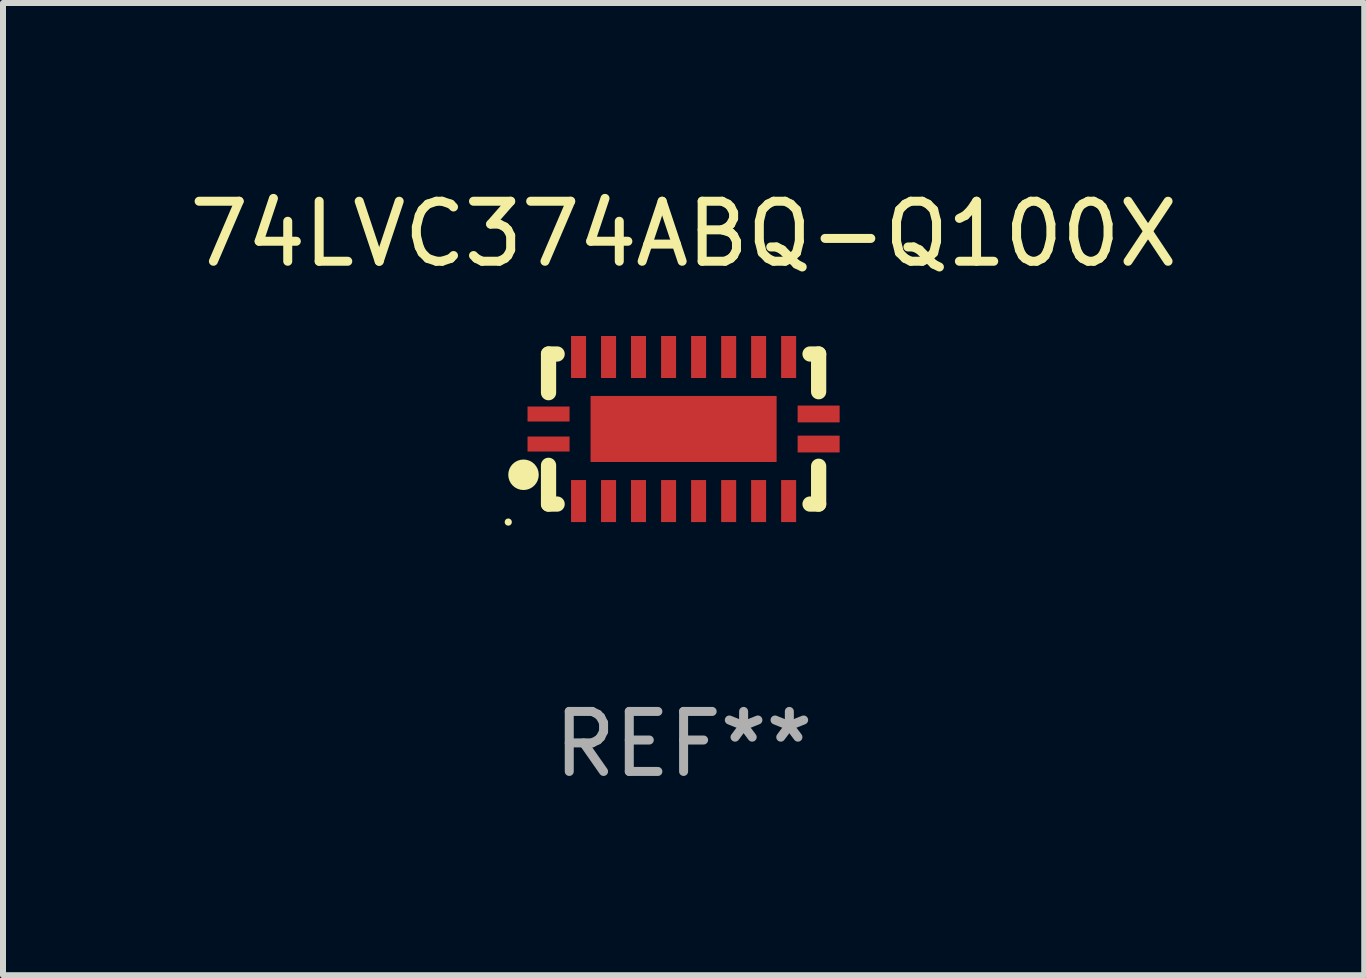
<source format=kicad_pcb>
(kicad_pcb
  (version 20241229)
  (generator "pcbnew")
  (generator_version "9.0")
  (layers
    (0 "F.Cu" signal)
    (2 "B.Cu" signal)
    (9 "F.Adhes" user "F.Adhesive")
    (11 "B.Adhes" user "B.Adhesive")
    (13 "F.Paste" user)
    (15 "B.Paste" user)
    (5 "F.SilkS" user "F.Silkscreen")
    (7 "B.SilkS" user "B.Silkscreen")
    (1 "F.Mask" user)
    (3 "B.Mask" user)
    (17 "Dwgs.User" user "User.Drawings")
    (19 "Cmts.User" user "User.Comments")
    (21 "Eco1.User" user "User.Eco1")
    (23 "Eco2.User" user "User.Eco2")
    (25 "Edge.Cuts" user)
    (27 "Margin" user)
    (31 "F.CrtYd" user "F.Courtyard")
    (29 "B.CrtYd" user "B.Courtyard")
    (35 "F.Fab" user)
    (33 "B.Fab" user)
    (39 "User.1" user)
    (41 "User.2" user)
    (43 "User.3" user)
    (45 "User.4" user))
  (footprint "74LVC374ABQ-Q100X"
    (layer "F.Cu")
    (at 8.339 4.098)
    (property "Reference" "74LVC374ABQ-Q100X" (at 0 -3.25 0) (layer "F.SilkS") (effects (font (size 1 1) (thickness 0.15))))
    (attr through_hole)
    (fp_line (start -2.25 0.605) (end -2.25 1.25) (stroke (width 0.254) (type solid)) (layer "F.SilkS"))
    (fp_line (start -2.25 1.25) (end -2.107 1.25) (stroke (width 0.254) (type solid)) (layer "F.SilkS"))
    (fp_line (start -2.25 -1.25) (end -2.25 -0.606) (stroke (width 0.254) (type solid)) (layer "F.SilkS"))
    (fp_line (start -2.25 -1.25) (end -2.107 -1.25) (stroke (width 0.254) (type solid)) (layer "F.SilkS"))
    (fp_line (start 2.107 -1.25) (end 2.25 -1.25) (stroke (width 0.254) (type solid)) (layer "F.SilkS"))
    (fp_line (start 2.107 1.25) (end 2.25 1.25) (stroke (width 0.254) (type solid)) (layer "F.SilkS"))
    (fp_line (start 2.25 -1.25) (end 2.25 -0.622) (stroke (width 0.254) (type solid)) (layer "F.SilkS"))
    (fp_line (start 2.25 0.62) (end 2.25 1.25) (stroke (width 0.254) (type solid)) (layer "F.SilkS"))
    (fp_circle (center -2.921 1.55) (end -2.891 1.55) (stroke (width 0.06) (type solid)) (fill no) (layer "F.SilkS"))
    (fp_circle (center -2.667 0.762) (end -2.54 0.762) (stroke (width 0.254) (type solid)) (fill no) (layer "F.SilkS"))
    (fp_text user "REF**" (at 0 5.25 0) (layer "F.Fab") (effects (font (size 1 1) (thickness 0.15))))
    (pad "1" smd rect (at -2.25 0.25 180) (size 0.7 0.25) (layers "F.Cu" "F.Mask" "F.Paste"))
    (pad "2" smd rect (at -1.75 1.2 90) (size 0.7 0.25) (layers "F.Cu" "F.Mask" "F.Paste"))
    (pad "3" smd rect (at -1.25 1.2 90) (size 0.7 0.25) (layers "F.Cu" "F.Mask" "F.Paste"))
    (pad "4" smd rect (at -0.751 1.2 90) (size 0.7 0.25) (layers "F.Cu" "F.Mask" "F.Paste"))
    (pad "5" smd rect (at -0.25 1.2 90) (size 0.7 0.25) (layers "F.Cu" "F.Mask" "F.Paste"))
    (pad "6" smd rect (at 0.25 1.2 90) (size 0.7 0.25) (layers "F.Cu" "F.Mask" "F.Paste"))
    (pad "7" smd rect (at 0.751 1.2 90) (size 0.7 0.25) (layers "F.Cu" "F.Mask" "F.Paste"))
    (pad "8" smd rect (at 1.25 1.2 90) (size 0.7 0.25) (layers "F.Cu" "F.Mask" "F.Paste"))
    (pad "9" smd rect (at 1.75 1.2 90) (size 0.7 0.25) (layers "F.Cu" "F.Mask" "F.Paste"))
    (pad "10" smd rect (at 2.25 0.25 180) (size 0.7 0.28) (layers "F.Cu" "F.Mask" "F.Paste"))
    (pad "11" smd rect (at 2.25 -0.251 180) (size 0.7 0.28) (layers "F.Cu" "F.Mask" "F.Paste"))
    (pad "12" smd rect (at 1.75 -1.2 90) (size 0.7 0.25) (layers "F.Cu" "F.Mask" "F.Paste"))
    (pad "13" smd rect (at 1.25 -1.2 90) (size 0.7 0.25) (layers "F.Cu" "F.Mask" "F.Paste"))
    (pad "14" smd rect (at 0.751 -1.2 90) (size 0.7 0.25) (layers "F.Cu" "F.Mask" "F.Paste"))
    (pad "15" smd rect (at 0.25 -1.2 90) (size 0.7 0.25) (layers "F.Cu" "F.Mask" "F.Paste"))
    (pad "16" smd rect (at -0.25 -1.2 90) (size 0.7 0.25) (layers "F.Cu" "F.Mask" "F.Paste"))
    (pad "17" smd rect (at -0.751 -1.2 90) (size 0.7 0.25) (layers "F.Cu" "F.Mask" "F.Paste"))
    (pad "18" smd rect (at -1.25 -1.2 90) (size 0.7 0.25) (layers "F.Cu" "F.Mask" "F.Paste"))
    (pad "19" smd rect (at -1.75 -1.2 90) (size 0.7 0.25) (layers "F.Cu" "F.Mask" "F.Paste"))
    (pad "20" smd rect (at -2.25 -0.25 180) (size 0.7 0.25) (layers "F.Cu" "F.Mask" "F.Paste"))
    (pad "21" smd rect (at 0 -0.001 180) (size 3.1 1.1) (layers "F.Cu" "F.Mask" "F.Paste")))
  (gr_rect
    (start -3 -3)
    (end 19.679 13.197)
    (stroke (width 0.1) (type default))
    (fill no)
    (layer "Edge.Cuts")))
</source>
